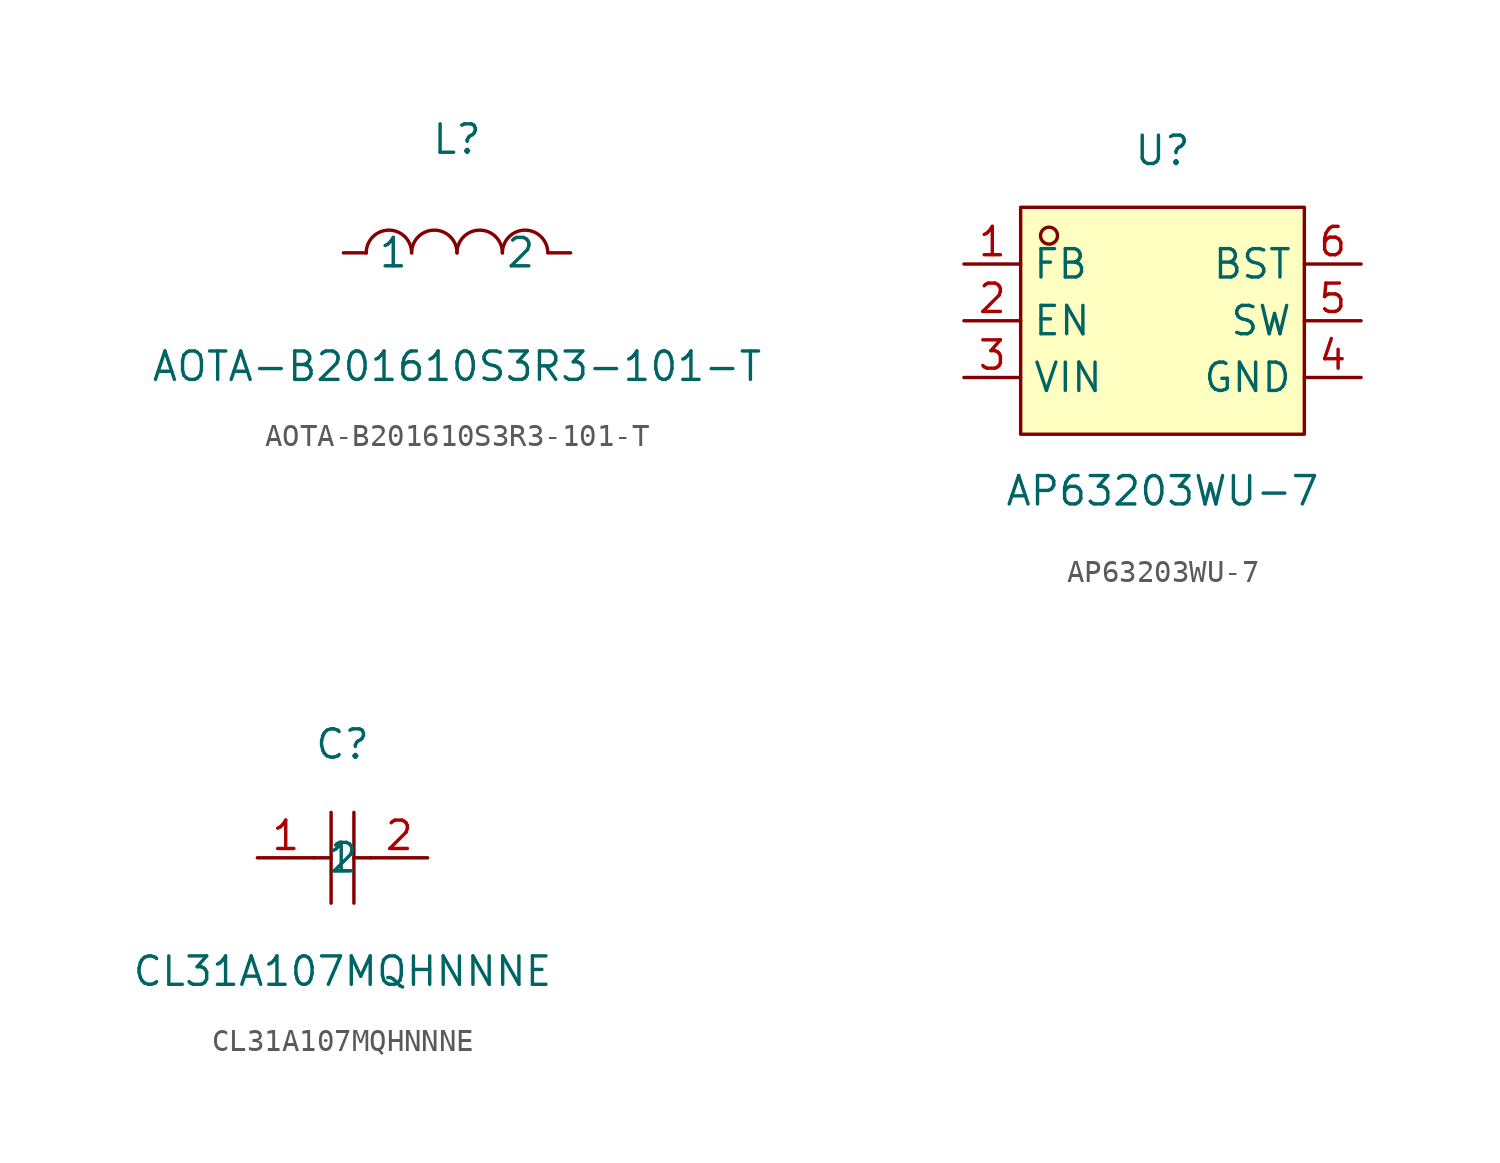
<source format=kicad_sym>
(kicad_symbol_lib
  (version 20231120)
  (generator "kicad_symbol_editor")
  (generator_version "8.0")
  (symbol "AOTA-B201610S3R3-101-T"
    (property "Reference" "L"
      (at 0 5.08 0)
      (effects (font (size 1.27 1.27))))
    (property "Value" "AOTA-B201610S3R3-101-T"
      (at 0 -5.08 0)
      (effects (font (size 1.27 1.27))))
    (symbol "AOTA-B201610S3R3-101-T_0_1"
      (arc (start -2.03 0.01) (mid -3.055 1.013) (end -4.06 -0.01) (stroke (width 0) (type default)) (fill (type none)))
      (arc (start 0 0.01) (mid -1.025 1.013) (end -2.03 -0.01) (stroke (width 0) (type default)) (fill (type none)))
      (arc (start 2.03 0.01) (mid 1.005 1.013) (end 0 -0.01) (stroke (width 0) (type default)) (fill (type none)))
      (arc (start 4.06 0.01) (mid 3.035 1.013) (end 2.03 -0.01) (stroke (width 0) (type default)) (fill (type none))))
    (symbol "AOTA-B201610S3R3-101-T_1_1"
      (pin unspecified line (at -5.08 0 0) (length 1.016) (name "1" (effects (font (size 1.27 1.27)))) (number "1" (effects (font (size 0 0)))))
      (pin unspecified line (at 5.08 0 180) (length 1.016) (name "2" (effects (font (size 1.27 1.27)))) (number "2" (effects (font (size 0 0)))))))
  (symbol "AP63203WU-7"
    (property "Reference" "U"
      (at 0 7.62 0)
      (effects (font (size 1.27 1.27))))
    (property "Value" "AP63203WU-7"
      (at 0 -7.62 0)
      (effects (font (size 1.27 1.27))))
    (symbol "AP63203WU-7_0_1"
      (rectangle (start -6.35 5.08) (end 6.35 -5.08) (stroke (width 0) (type default)) (fill (type background)))
      (circle (center -5.08 3.81) (radius 0.38) (stroke (width 0) (type default)) (fill (type none)))
      (pin unspecified line (at -8.89 2.54 0) (length 2.54) (name "FB" (effects (font (size 1.27 1.27)))) (number "1" (effects (font (size 1.27 1.27)))))
      (pin unspecified line (at -8.89 0 0) (length 2.54) (name "EN" (effects (font (size 1.27 1.27)))) (number "2" (effects (font (size 1.27 1.27)))))
      (pin unspecified line (at -8.89 -2.54 0) (length 2.54) (name "VIN" (effects (font (size 1.27 1.27)))) (number "3" (effects (font (size 1.27 1.27)))))
      (pin unspecified line (at 8.89 -2.54 180) (length 2.54) (name "GND" (effects (font (size 1.27 1.27)))) (number "4" (effects (font (size 1.27 1.27)))))
      (pin unspecified line (at 8.89 0 180) (length 2.54) (name "SW" (effects (font (size 1.27 1.27)))) (number "5" (effects (font (size 1.27 1.27)))))
      (pin unspecified line (at 8.89 2.54 180) (length 2.54) (name "BST" (effects (font (size 1.27 1.27)))) (number "6" (effects (font (size 1.27 1.27)))))))
  (symbol "CL31A107MQHNNNE"
    (property "Reference" "C"
      (at 0 5.08 0)
      (effects (font (size 1.27 1.27))))
    (property "Value" "CL31A107MQHNNNE"
      (at 0 -5.08 0)
      (effects (font (size 1.27 1.27))))
    (symbol "CL31A107MQHNNNE_0_1"
      (polyline (pts (xy -1.27 0) (xy -0.51 0)) (stroke (width 0) (type default)) (fill (type none)))
      (polyline (pts (xy -0.51 2.03) (xy -0.51 -2.03)) (stroke (width 0) (type default)) (fill (type none)))
      (polyline (pts (xy 0.51 0) (xy 1.27 0)) (stroke (width 0) (type default)) (fill (type none)))
      (polyline (pts (xy 0.51 2.03) (xy 0.51 -2.03)) (stroke (width 0) (type default)) (fill (type none)))
      (pin input line (at -3.81 0 0) (length 2.54) (name "1" (effects (font (size 1.27 1.27)))) (number "1" (effects (font (size 1.27 1.27)))))
      (pin input line (at 3.81 0 180) (length 2.54) (name "2" (effects (font (size 1.27 1.27)))) (number "2" (effects (font (size 1.27 1.27))))))))
</source>
